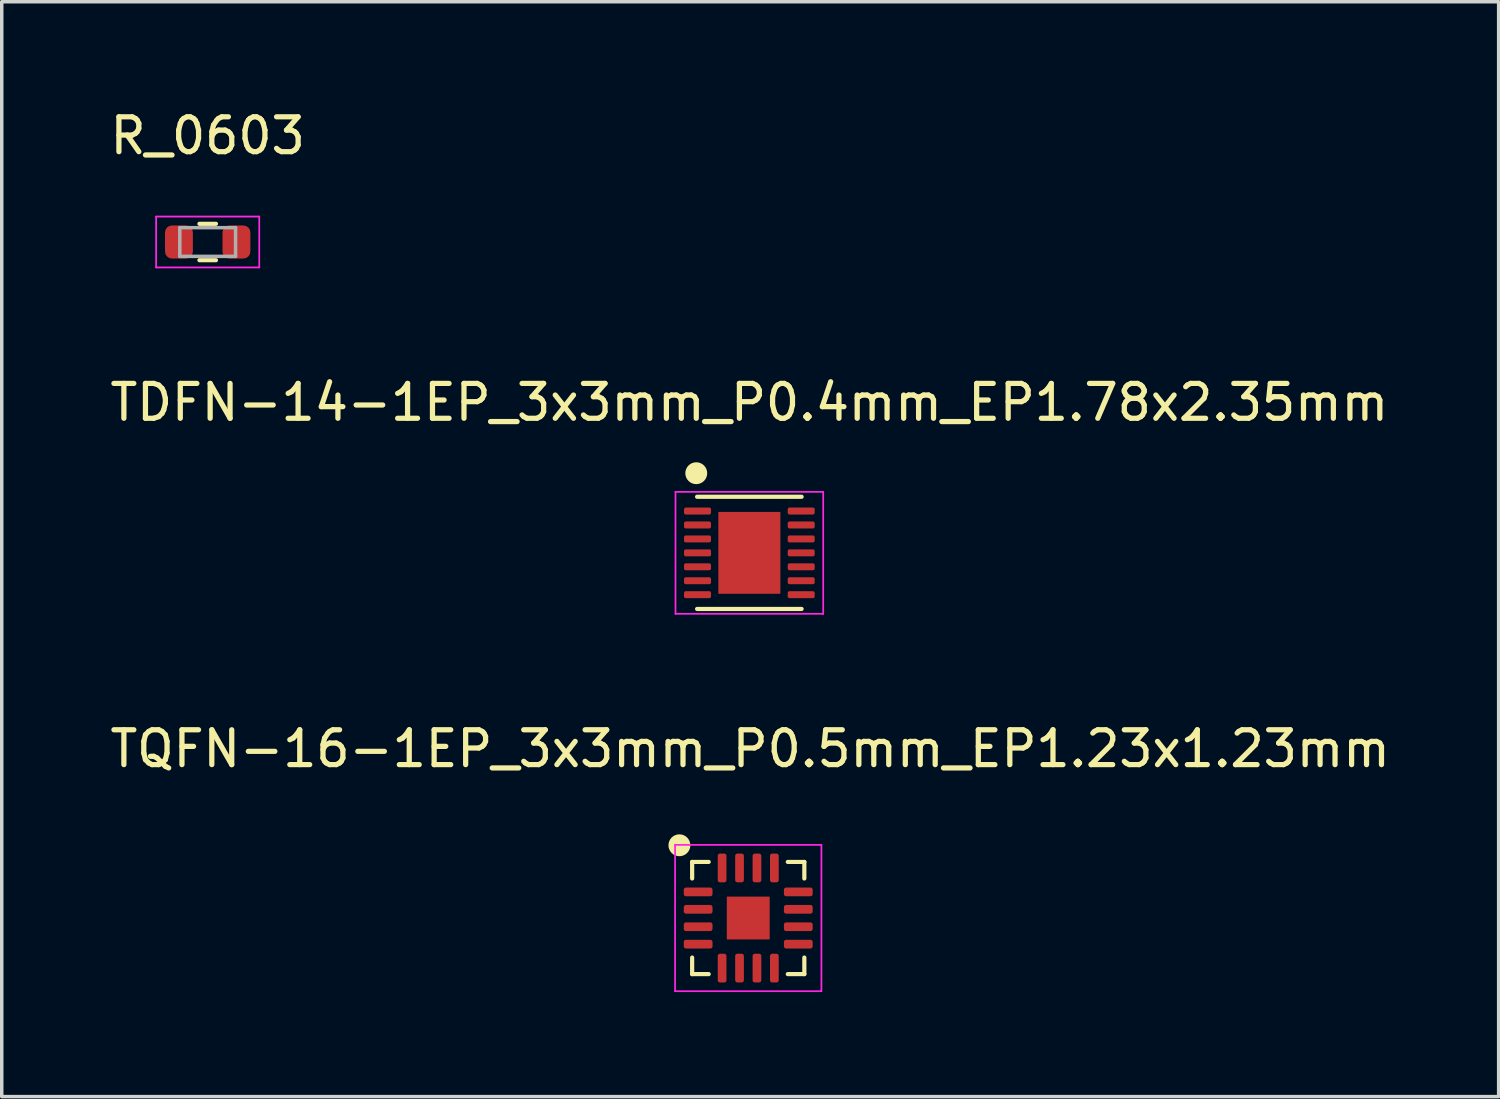
<source format=kicad_pcb>
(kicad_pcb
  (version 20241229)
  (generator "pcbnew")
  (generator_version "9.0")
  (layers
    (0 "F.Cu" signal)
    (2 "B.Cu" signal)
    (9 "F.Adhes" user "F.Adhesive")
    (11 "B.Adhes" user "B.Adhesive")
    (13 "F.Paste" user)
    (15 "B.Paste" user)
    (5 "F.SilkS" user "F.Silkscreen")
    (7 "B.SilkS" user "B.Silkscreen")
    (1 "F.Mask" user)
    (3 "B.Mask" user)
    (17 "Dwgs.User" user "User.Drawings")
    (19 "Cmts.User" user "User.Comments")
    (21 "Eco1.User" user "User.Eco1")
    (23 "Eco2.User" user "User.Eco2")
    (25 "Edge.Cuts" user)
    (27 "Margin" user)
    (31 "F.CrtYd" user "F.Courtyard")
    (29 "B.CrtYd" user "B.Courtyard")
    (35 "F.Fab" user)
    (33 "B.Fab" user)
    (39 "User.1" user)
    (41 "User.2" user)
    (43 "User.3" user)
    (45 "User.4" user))
  (footprint "TDFN-14-1EP_3x3mm_P0.4mm_EP1.78x2.35mm"
    (layer "F.Cu")
    (at 18.458 12.818)
    (property "Reference" "TDFN-14-1EP_3x3mm_P0.4mm_EP1.78x2.35mm" (at 0 -4.318 0) (unlocked yes) (layer "F.SilkS") (effects (font (size 1 1) (thickness 0.15))))
    (attr smd)
    (fp_line (start -1.5 -1.61) (end 1.5 -1.61) (stroke (width 0.12) (type solid)) (layer "F.SilkS"))
    (fp_line (start -1.5 1.61) (end 1.5 1.61) (stroke (width 0.12) (type solid)) (layer "F.SilkS"))
    (fp_circle (center -1.524 -2.286) (end -1.27 -2.286) (stroke (width 0.12) (type solid)) (fill yes) (layer "F.SilkS"))
    (fp_line (start -2.12 -1.75) (end -2.12 1.75) (stroke (width 0.05) (type solid)) (layer "F.CrtYd"))
    (fp_line (start -2.12 1.75) (end 2.12 1.75) (stroke (width 0.05) (type solid)) (layer "F.CrtYd"))
    (fp_line (start 2.12 -1.75) (end -2.12 -1.75) (stroke (width 0.05) (type solid)) (layer "F.CrtYd"))
    (fp_line (start 2.12 1.75) (end 2.12 -1.75) (stroke (width 0.05) (type solid)) (layer "F.CrtYd"))
    (pad "" smd roundrect (at -0.445 -0.59) (size 0.72 0.95) (layers "F.Paste") (roundrect_rratio 0.25))
    (pad "" smd roundrect (at -0.445 0.59) (size 0.72 0.95) (layers "F.Paste") (roundrect_rratio 0.25))
    (pad "" smd roundrect (at 0.445 -0.59) (size 0.72 0.95) (layers "F.Paste") (roundrect_rratio 0.25))
    (pad "" smd roundrect (at 0.445 0.59) (size 0.72 0.95) (layers "F.Paste") (roundrect_rratio 0.25))
    (pad "1" smd roundrect (at -1.488 -1.2) (size 0.775 0.2) (layers "F.Cu" "F.Mask" "F.Paste") (roundrect_rratio 0.25))
    (pad "2" smd roundrect (at -1.488 -0.8) (size 0.775 0.2) (layers "F.Cu" "F.Mask" "F.Paste") (roundrect_rratio 0.25))
    (pad "3" smd roundrect (at -1.488 -0.4) (size 0.775 0.2) (layers "F.Cu" "F.Mask" "F.Paste") (roundrect_rratio 0.25))
    (pad "4" smd roundrect (at -1.488 0) (size 0.775 0.2) (layers "F.Cu" "F.Mask" "F.Paste") (roundrect_rratio 0.25))
    (pad "5" smd roundrect (at -1.488 0.4) (size 0.775 0.2) (layers "F.Cu" "F.Mask" "F.Paste") (roundrect_rratio 0.25))
    (pad "6" smd roundrect (at -1.488 0.8) (size 0.775 0.2) (layers "F.Cu" "F.Mask" "F.Paste") (roundrect_rratio 0.25))
    (pad "7" smd roundrect (at -1.488 1.2) (size 0.775 0.2) (layers "F.Cu" "F.Mask" "F.Paste") (roundrect_rratio 0.25))
    (pad "8" smd roundrect (at 1.488 1.2) (size 0.775 0.2) (layers "F.Cu" "F.Mask" "F.Paste") (roundrect_rratio 0.25))
    (pad "9" smd roundrect (at 1.488 0.8) (size 0.775 0.2) (layers "F.Cu" "F.Mask" "F.Paste") (roundrect_rratio 0.25))
    (pad "10" smd roundrect (at 1.488 0.4) (size 0.775 0.2) (layers "F.Cu" "F.Mask" "F.Paste") (roundrect_rratio 0.25))
    (pad "11" smd roundrect (at 1.488 0) (size 0.775 0.2) (layers "F.Cu" "F.Mask" "F.Paste") (roundrect_rratio 0.25))
    (pad "12" smd roundrect (at 1.488 -0.4) (size 0.775 0.2) (layers "F.Cu" "F.Mask" "F.Paste") (roundrect_rratio 0.25))
    (pad "13" smd roundrect (at 1.488 -0.8) (size 0.775 0.2) (layers "F.Cu" "F.Mask" "F.Paste") (roundrect_rratio 0.25))
    (pad "14" smd roundrect (at 1.488 -1.2) (size 0.775 0.2) (layers "F.Cu" "F.Mask" "F.Paste") (roundrect_rratio 0.25))
    (pad "15" smd rect (at 0 0) (size 1.78 2.35) (layers "F.Cu" "F.Mask")))
  (footprint "TQFN-16-1EP_3x3mm_P0.5mm_EP1.23x1.23mm"
    (layer "F.Cu")
    (at 18.482 23.243)
    (property "Reference" "TQFN-16-1EP_3x3mm_P0.5mm_EP1.23x1.23mm" (at 0 -4.802 0) (unlocked yes) (layer "F.SilkS") (effects (font (size 1 1) (thickness 0.15))))
    (attr smd)
    (fp_line (start -1.666 -1.079) (end -1.666 -1.554) (stroke (width 0.12) (type solid)) (layer "F.SilkS"))
    (fp_line (start -1.666 1.666) (end -1.666 1.191) (stroke (width 0.12) (type solid)) (layer "F.SilkS"))
    (fp_line (start -1.191 -1.554) (end -1.666 -1.554) (stroke (width 0.12) (type solid)) (layer "F.SilkS"))
    (fp_line (start -1.191 1.666) (end -1.666 1.666) (stroke (width 0.12) (type solid)) (layer "F.SilkS"))
    (fp_line (start 1.079 -1.554) (end 1.554 -1.554) (stroke (width 0.12) (type solid)) (layer "F.SilkS"))
    (fp_line (start 1.079 1.666) (end 1.554 1.666) (stroke (width 0.12) (type solid)) (layer "F.SilkS"))
    (fp_line (start 1.554 -1.554) (end 1.554 -1.079) (stroke (width 0.12) (type solid)) (layer "F.SilkS"))
    (fp_line (start 1.554 1.666) (end 1.554 1.191) (stroke (width 0.12) (type solid)) (layer "F.SilkS"))
    (fp_circle (center -2.032 -2.032) (end -1.778 -2.032) (stroke (width 0.12) (type solid)) (fill yes) (layer "F.SilkS"))
    (fp_line (start -2.156 -2.044) (end -2.156 2.156) (stroke (width 0.05) (type solid)) (layer "F.CrtYd"))
    (fp_line (start -2.156 2.156) (end 2.044 2.156) (stroke (width 0.05) (type solid)) (layer "F.CrtYd"))
    (fp_line (start 2.044 -2.044) (end -2.156 -2.044) (stroke (width 0.05) (type solid)) (layer "F.CrtYd"))
    (fp_line (start 2.044 2.156) (end 2.044 -2.044) (stroke (width 0.05) (type solid)) (layer "F.CrtYd"))
    (pad "" smd roundrect (at -0.366 -0.254) (size 0.5 0.5) (layers "F.Paste") (roundrect_rratio 0.25))
    (pad "" smd roundrect (at -0.366 0.366) (size 0.5 0.5) (layers "F.Paste") (roundrect_rratio 0.25))
    (pad "" smd roundrect (at 0.254 -0.254) (size 0.5 0.5) (layers "F.Paste") (roundrect_rratio 0.25))
    (pad "" smd roundrect (at 0.254 0.366) (size 0.5 0.5) (layers "F.Paste") (roundrect_rratio 0.25))
    (pad "1" smd roundrect (at -1.494 -0.694) (size 0.825 0.25) (layers "F.Cu" "F.Mask" "F.Paste") (roundrect_rratio 0.25))
    (pad "2" smd roundrect (at -1.494 -0.194) (size 0.825 0.25) (layers "F.Cu" "F.Mask" "F.Paste") (roundrect_rratio 0.25))
    (pad "3" smd roundrect (at -1.494 0.306) (size 0.825 0.25) (layers "F.Cu" "F.Mask" "F.Paste") (roundrect_rratio 0.25))
    (pad "4" smd roundrect (at -1.494 0.806) (size 0.825 0.25) (layers "F.Cu" "F.Mask" "F.Paste") (roundrect_rratio 0.25))
    (pad "5" smd roundrect (at -0.806 1.494) (size 0.25 0.825) (layers "F.Cu" "F.Mask" "F.Paste") (roundrect_rratio 0.25))
    (pad "6" smd roundrect (at -0.306 1.494) (size 0.25 0.825) (layers "F.Cu" "F.Mask" "F.Paste") (roundrect_rratio 0.25))
    (pad "7" smd roundrect (at 0.194 1.494) (size 0.25 0.825) (layers "F.Cu" "F.Mask" "F.Paste") (roundrect_rratio 0.25))
    (pad "8" smd roundrect (at 0.694 1.494) (size 0.25 0.825) (layers "F.Cu" "F.Mask" "F.Paste") (roundrect_rratio 0.25))
    (pad "9" smd roundrect (at 1.381 0.806) (size 0.825 0.25) (layers "F.Cu" "F.Mask" "F.Paste") (roundrect_rratio 0.25))
    (pad "10" smd roundrect (at 1.381 0.306) (size 0.825 0.25) (layers "F.Cu" "F.Mask" "F.Paste") (roundrect_rratio 0.25))
    (pad "11" smd roundrect (at 1.381 -0.194) (size 0.825 0.25) (layers "F.Cu" "F.Mask" "F.Paste") (roundrect_rratio 0.25))
    (pad "12" smd roundrect (at 1.381 -0.694) (size 0.825 0.25) (layers "F.Cu" "F.Mask" "F.Paste") (roundrect_rratio 0.25))
    (pad "13" smd roundrect (at 0.694 -1.381) (size 0.25 0.825) (layers "F.Cu" "F.Mask" "F.Paste") (roundrect_rratio 0.25))
    (pad "14" smd roundrect (at 0.194 -1.381) (size 0.25 0.825) (layers "F.Cu" "F.Mask" "F.Paste") (roundrect_rratio 0.25))
    (pad "15" smd roundrect (at -0.306 -1.381) (size 0.25 0.825) (layers "F.Cu" "F.Mask" "F.Paste") (roundrect_rratio 0.25))
    (pad "16" smd roundrect (at -0.806 -1.381) (size 0.25 0.825) (layers "F.Cu" "F.Mask" "F.Paste") (roundrect_rratio 0.25))
    (pad "17" smd rect (at -0.056 0.056) (size 1.23 1.23) (layers "F.Cu" "F.Mask")))
  (footprint "R_0603"
    (layer "F.Cu")
    (at 2.911 3.896)
    (property "Reference" "R_0603" (at 0 -3.048 0) (unlocked yes) (layer "F.SilkS") (effects (font (size 1 1) (thickness 0.15))))
    (attr smd)
    (fp_line (start -0.237 -0.522) (end 0.237 -0.522) (stroke (width 0.12) (type solid)) (layer "F.SilkS"))
    (fp_line (start -0.237 0.522) (end 0.237 0.522) (stroke (width 0.12) (type solid)) (layer "F.SilkS"))
    (fp_line (start -1.48 -0.73) (end 1.48 -0.73) (stroke (width 0.05) (type solid)) (layer "F.CrtYd"))
    (fp_line (start -1.48 0.73) (end -1.48 -0.73) (stroke (width 0.05) (type solid)) (layer "F.CrtYd"))
    (fp_line (start 1.48 -0.73) (end 1.48 0.73) (stroke (width 0.05) (type solid)) (layer "F.CrtYd"))
    (fp_line (start 1.48 0.73) (end -1.48 0.73) (stroke (width 0.05) (type solid)) (layer "F.CrtYd"))
    (fp_line (start -0.8 -0.412) (end 0.8 -0.412) (stroke (width 0.1) (type solid)) (layer "F.Fab"))
    (fp_line (start -0.8 0.412) (end -0.8 -0.412) (stroke (width 0.1) (type solid)) (layer "F.Fab"))
    (fp_line (start 0.8 -0.412) (end 0.8 0.412) (stroke (width 0.1) (type solid)) (layer "F.Fab"))
    (fp_line (start 0.8 0.412) (end -0.8 0.412) (stroke (width 0.1) (type solid)) (layer "F.Fab"))
    (pad "1" smd roundrect (at -0.825 0) (size 0.8 0.95) (layers "F.Cu" "F.Mask" "F.Paste") (roundrect_rratio 0.25))
    (pad "2" smd roundrect (at 0.825 0) (size 0.8 0.95) (layers "F.Cu" "F.Mask" "F.Paste") (roundrect_rratio 0.25)))
  (gr_rect
    (start -3 -3)
    (end 39.964 28.424)
    (stroke (width 0.1) (type default))
    (fill no)
    (layer "Edge.Cuts")))
</source>
